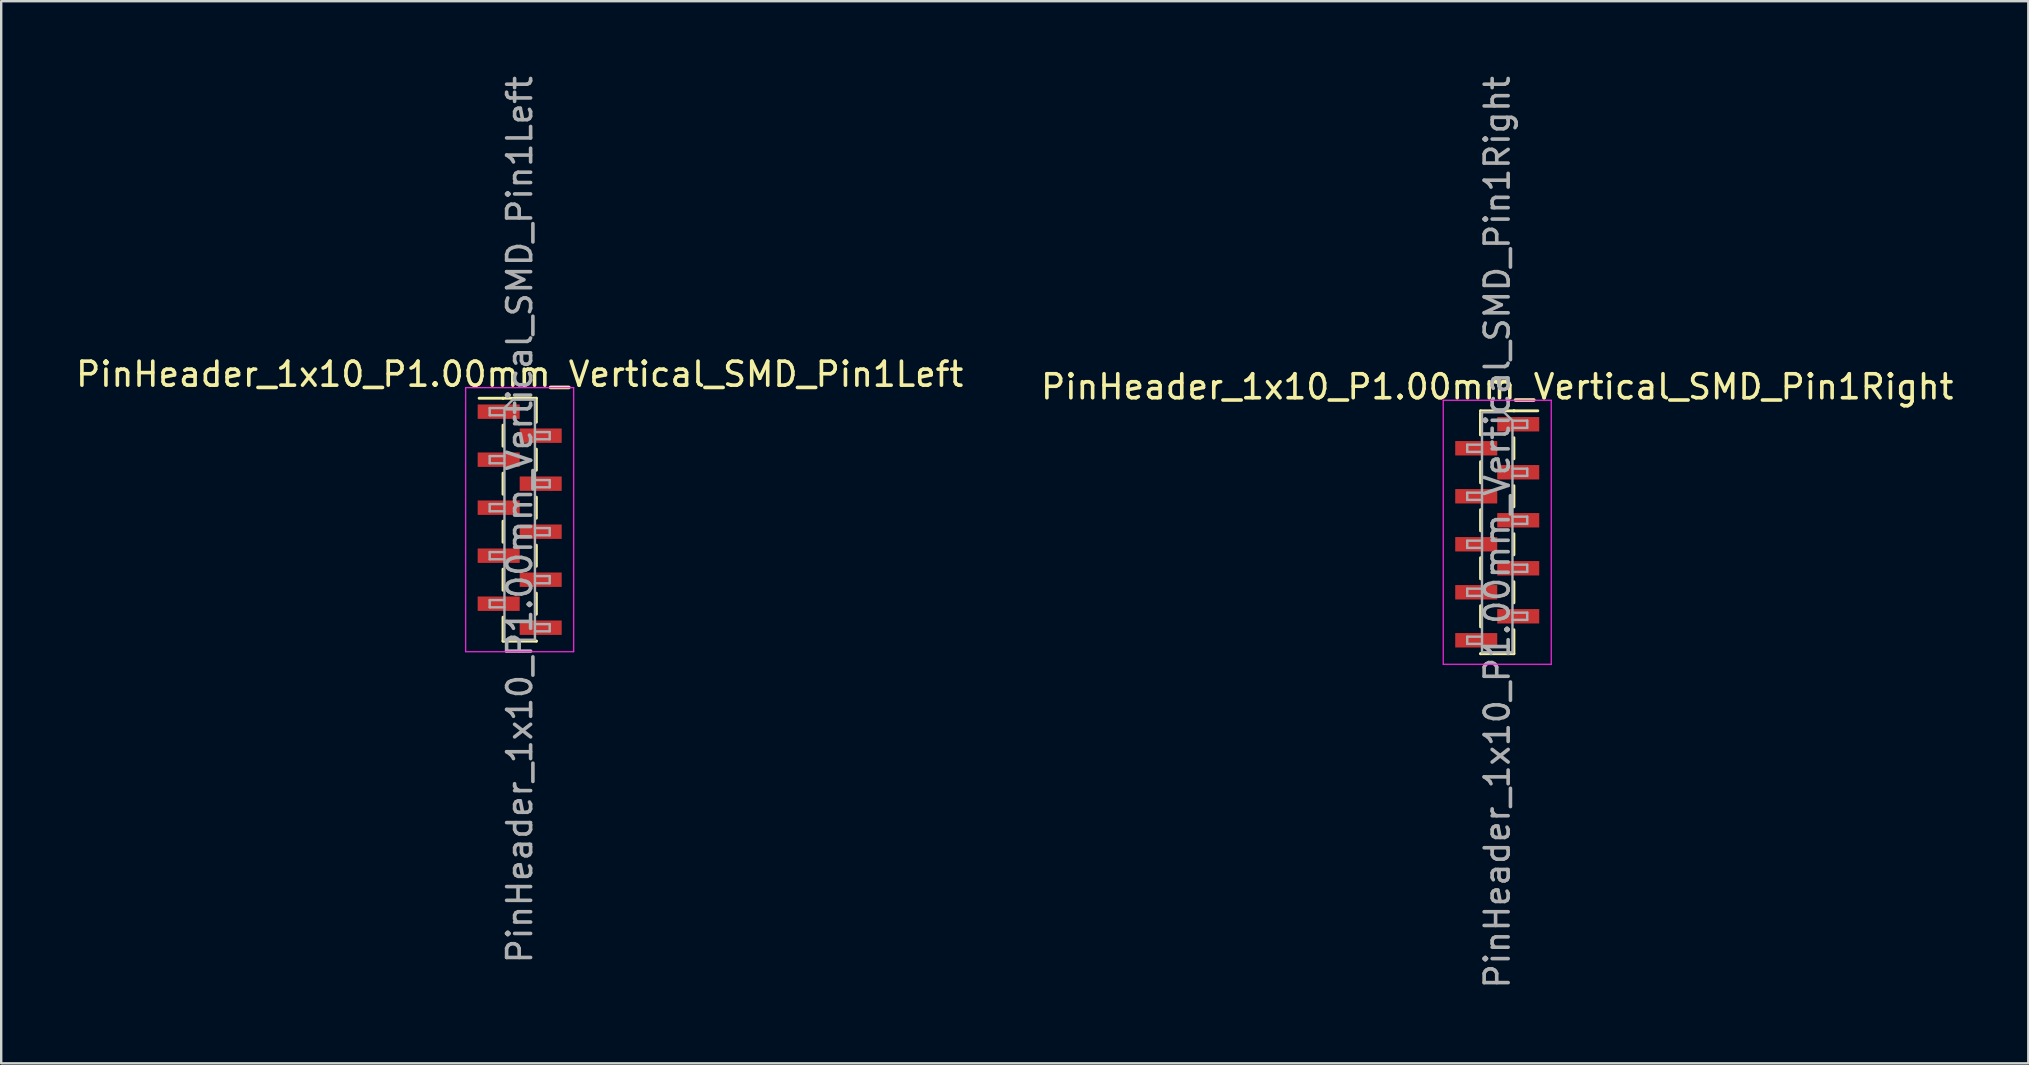
<source format=kicad_pcb>
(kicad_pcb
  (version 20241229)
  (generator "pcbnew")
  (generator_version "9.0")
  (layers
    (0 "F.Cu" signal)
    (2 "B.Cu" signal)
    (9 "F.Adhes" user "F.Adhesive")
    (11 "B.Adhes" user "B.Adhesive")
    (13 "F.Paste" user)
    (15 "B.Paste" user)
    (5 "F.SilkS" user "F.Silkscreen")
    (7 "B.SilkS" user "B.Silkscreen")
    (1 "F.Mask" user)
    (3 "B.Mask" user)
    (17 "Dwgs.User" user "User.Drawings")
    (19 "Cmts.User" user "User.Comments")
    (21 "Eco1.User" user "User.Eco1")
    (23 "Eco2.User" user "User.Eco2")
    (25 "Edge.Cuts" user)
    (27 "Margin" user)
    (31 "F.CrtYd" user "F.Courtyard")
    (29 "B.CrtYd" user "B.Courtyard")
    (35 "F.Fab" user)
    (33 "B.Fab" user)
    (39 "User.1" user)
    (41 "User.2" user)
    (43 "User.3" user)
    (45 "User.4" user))
  (footprint "PinHeader_1x10_P1.00mm_Vertical_SMD_Pin1Right"
    (layer "F.Cu")
    (at 59.327 19.125)
    (property "Reference" "PinHeader_1x10_P1.00mm_Vertical_SMD_Pin1Right" (at 0 -6.06 0) (layer "F.SilkS") (effects (font (size 1 1) (thickness 0.15))))
    (attr smd)
    (fp_line (start -0.695 -5.06) (end -0.695 -4.06) (stroke (width 0.12) (type solid)) (layer "F.SilkS"))
    (fp_line (start -0.695 -5.06) (end 0.695 -5.06) (stroke (width 0.12) (type solid)) (layer "F.SilkS"))
    (fp_line (start -0.695 -4.94) (end -0.695 -4.06) (stroke (width 0.12) (type solid)) (layer "F.SilkS"))
    (fp_line (start -0.695 -2.94) (end -0.695 -2.06) (stroke (width 0.12) (type solid)) (layer "F.SilkS"))
    (fp_line (start -0.695 -0.94) (end -0.695 -0.06) (stroke (width 0.12) (type solid)) (layer "F.SilkS"))
    (fp_line (start -0.695 1.06) (end -0.695 1.94) (stroke (width 0.12) (type solid)) (layer "F.SilkS"))
    (fp_line (start -0.695 3.06) (end -0.695 3.94) (stroke (width 0.12) (type solid)) (layer "F.SilkS"))
    (fp_line (start -0.695 5.06) (end -0.695 5.06) (stroke (width 0.12) (type solid)) (layer "F.SilkS"))
    (fp_line (start -0.695 5.06) (end 0.695 5.06) (stroke (width 0.12) (type solid)) (layer "F.SilkS"))
    (fp_line (start 0.695 -5.06) (end 0.695 -5.06) (stroke (width 0.12) (type solid)) (layer "F.SilkS"))
    (fp_line (start 0.695 -5.06) (end 1.69 -5.06) (stroke (width 0.12) (type solid)) (layer "F.SilkS"))
    (fp_line (start 0.695 -3.94) (end 0.695 -3.06) (stroke (width 0.12) (type solid)) (layer "F.SilkS"))
    (fp_line (start 0.695 -1.94) (end 0.695 -1.06) (stroke (width 0.12) (type solid)) (layer "F.SilkS"))
    (fp_line (start 0.695 0.06) (end 0.695 0.94) (stroke (width 0.12) (type solid)) (layer "F.SilkS"))
    (fp_line (start 0.695 2.06) (end 0.695 2.94) (stroke (width 0.12) (type solid)) (layer "F.SilkS"))
    (fp_line (start 0.695 4.06) (end 0.695 5.06) (stroke (width 0.12) (type solid)) (layer "F.SilkS"))
    (fp_line (start -2.25 -5.5) (end -2.25 5.5) (stroke (width 0.05) (type solid)) (layer "F.CrtYd"))
    (fp_line (start -2.25 5.5) (end 2.25 5.5) (stroke (width 0.05) (type solid)) (layer "F.CrtYd"))
    (fp_line (start 2.25 -5.5) (end -2.25 -5.5) (stroke (width 0.05) (type solid)) (layer "F.CrtYd"))
    (fp_line (start 2.25 5.5) (end 2.25 -5.5) (stroke (width 0.05) (type solid)) (layer "F.CrtYd"))
    (fp_line (start -1.25 -3.65) (end -1.25 -3.35) (stroke (width 0.1) (type solid)) (layer "F.Fab"))
    (fp_line (start -1.25 -3.35) (end -0.635 -3.35) (stroke (width 0.1) (type solid)) (layer "F.Fab"))
    (fp_line (start -1.25 -1.65) (end -1.25 -1.35) (stroke (width 0.1) (type solid)) (layer "F.Fab"))
    (fp_line (start -1.25 -1.35) (end -0.635 -1.35) (stroke (width 0.1) (type solid)) (layer "F.Fab"))
    (fp_line (start -1.25 0.35) (end -1.25 0.65) (stroke (width 0.1) (type solid)) (layer "F.Fab"))
    (fp_line (start -1.25 0.65) (end -0.635 0.65) (stroke (width 0.1) (type solid)) (layer "F.Fab"))
    (fp_line (start -1.25 2.35) (end -1.25 2.65) (stroke (width 0.1) (type solid)) (layer "F.Fab"))
    (fp_line (start -1.25 2.65) (end -0.635 2.65) (stroke (width 0.1) (type solid)) (layer "F.Fab"))
    (fp_line (start -1.25 4.35) (end -1.25 4.65) (stroke (width 0.1) (type solid)) (layer "F.Fab"))
    (fp_line (start -1.25 4.65) (end -0.635 4.65) (stroke (width 0.1) (type solid)) (layer "F.Fab"))
    (fp_line (start -0.635 -5) (end -0.635 5) (stroke (width 0.1) (type solid)) (layer "F.Fab"))
    (fp_line (start -0.635 -5) (end 0.285 -5) (stroke (width 0.1) (type solid)) (layer "F.Fab"))
    (fp_line (start -0.635 -3.65) (end -1.25 -3.65) (stroke (width 0.1) (type solid)) (layer "F.Fab"))
    (fp_line (start -0.635 -1.65) (end -1.25 -1.65) (stroke (width 0.1) (type solid)) (layer "F.Fab"))
    (fp_line (start -0.635 0.35) (end -1.25 0.35) (stroke (width 0.1) (type solid)) (layer "F.Fab"))
    (fp_line (start -0.635 2.35) (end -1.25 2.35) (stroke (width 0.1) (type solid)) (layer "F.Fab"))
    (fp_line (start -0.635 4.35) (end -1.25 4.35) (stroke (width 0.1) (type solid)) (layer "F.Fab"))
    (fp_line (start 0.635 -4.65) (end 0.285 -5) (stroke (width 0.1) (type solid)) (layer "F.Fab"))
    (fp_line (start 0.635 -4.65) (end 1.25 -4.65) (stroke (width 0.1) (type solid)) (layer "F.Fab"))
    (fp_line (start 0.635 -2.65) (end 1.25 -2.65) (stroke (width 0.1) (type solid)) (layer "F.Fab"))
    (fp_line (start 0.635 -0.65) (end 1.25 -0.65) (stroke (width 0.1) (type solid)) (layer "F.Fab"))
    (fp_line (start 0.635 1.35) (end 1.25 1.35) (stroke (width 0.1) (type solid)) (layer "F.Fab"))
    (fp_line (start 0.635 3.35) (end 1.25 3.35) (stroke (width 0.1) (type solid)) (layer "F.Fab"))
    (fp_line (start 0.635 5) (end -0.635 5) (stroke (width 0.1) (type solid)) (layer "F.Fab"))
    (fp_line (start 0.635 5) (end 0.635 -4.65) (stroke (width 0.1) (type solid)) (layer "F.Fab"))
    (fp_line (start 1.25 -4.65) (end 1.25 -4.35) (stroke (width 0.1) (type solid)) (layer "F.Fab"))
    (fp_line (start 1.25 -4.35) (end 0.635 -4.35) (stroke (width 0.1) (type solid)) (layer "F.Fab"))
    (fp_line (start 1.25 -2.65) (end 1.25 -2.35) (stroke (width 0.1) (type solid)) (layer "F.Fab"))
    (fp_line (start 1.25 -2.35) (end 0.635 -2.35) (stroke (width 0.1) (type solid)) (layer "F.Fab"))
    (fp_line (start 1.25 -0.65) (end 1.25 -0.35) (stroke (width 0.1) (type solid)) (layer "F.Fab"))
    (fp_line (start 1.25 -0.35) (end 0.635 -0.35) (stroke (width 0.1) (type solid)) (layer "F.Fab"))
    (fp_line (start 1.25 1.35) (end 1.25 1.65) (stroke (width 0.1) (type solid)) (layer "F.Fab"))
    (fp_line (start 1.25 1.65) (end 0.635 1.65) (stroke (width 0.1) (type solid)) (layer "F.Fab"))
    (fp_line (start 1.25 3.35) (end 1.25 3.65) (stroke (width 0.1) (type solid)) (layer "F.Fab"))
    (fp_line (start 1.25 3.65) (end 0.635 3.65) (stroke (width 0.1) (type solid)) (layer "F.Fab"))
    (fp_text user "${REFERENCE}" (at 0 0 90) (layer "F.Fab") (effects (font (size 1 1) (thickness 0.15))))
    (pad "1" smd rect (at 0.875 -4.5) (size 1.75 0.6) (layers "F.Cu" "F.Mask" "F.Paste"))
    (pad "2" smd rect (at -0.875 -3.5) (size 1.75 0.6) (layers "F.Cu" "F.Mask" "F.Paste"))
    (pad "3" smd rect (at 0.875 -2.5) (size 1.75 0.6) (layers "F.Cu" "F.Mask" "F.Paste"))
    (pad "4" smd rect (at -0.875 -1.5) (size 1.75 0.6) (layers "F.Cu" "F.Mask" "F.Paste"))
    (pad "5" smd rect (at 0.875 -0.5) (size 1.75 0.6) (layers "F.Cu" "F.Mask" "F.Paste"))
    (pad "6" smd rect (at -0.875 0.5) (size 1.75 0.6) (layers "F.Cu" "F.Mask" "F.Paste"))
    (pad "7" smd rect (at 0.875 1.5) (size 1.75 0.6) (layers "F.Cu" "F.Mask" "F.Paste"))
    (pad "8" smd rect (at -0.875 2.5) (size 1.75 0.6) (layers "F.Cu" "F.Mask" "F.Paste"))
    (pad "9" smd rect (at 0.875 3.5) (size 1.75 0.6) (layers "F.Cu" "F.Mask" "F.Paste"))
    (pad "10" smd rect (at -0.875 4.5) (size 1.75 0.6) (layers "F.Cu" "F.Mask" "F.Paste")))
  (footprint "PinHeader_1x10_P1.00mm_Vertical_SMD_Pin1Left"
    (layer "F.Cu")
    (at 18.601 18.601)
    (property "Reference" "PinHeader_1x10_P1.00mm_Vertical_SMD_Pin1Left" (at 0 -6.06 0) (layer "F.SilkS") (effects (font (size 1 1) (thickness 0.15))))
    (attr smd)
    (fp_line (start -0.695 -5.06) (end -1.69 -5.06) (stroke (width 0.12) (type solid)) (layer "F.SilkS"))
    (fp_line (start -0.695 -5.06) (end -0.695 -5.06) (stroke (width 0.12) (type solid)) (layer "F.SilkS"))
    (fp_line (start -0.695 -5.06) (end 0.695 -5.06) (stroke (width 0.12) (type solid)) (layer "F.SilkS"))
    (fp_line (start -0.695 -3.94) (end -0.695 -3.06) (stroke (width 0.12) (type solid)) (layer "F.SilkS"))
    (fp_line (start -0.695 -1.94) (end -0.695 -1.06) (stroke (width 0.12) (type solid)) (layer "F.SilkS"))
    (fp_line (start -0.695 0.06) (end -0.695 0.94) (stroke (width 0.12) (type solid)) (layer "F.SilkS"))
    (fp_line (start -0.695 2.06) (end -0.695 2.94) (stroke (width 0.12) (type solid)) (layer "F.SilkS"))
    (fp_line (start -0.695 4.06) (end -0.695 5.06) (stroke (width 0.12) (type solid)) (layer "F.SilkS"))
    (fp_line (start -0.695 5.06) (end 0.695 5.06) (stroke (width 0.12) (type solid)) (layer "F.SilkS"))
    (fp_line (start 0.695 -5.06) (end 0.695 -4.06) (stroke (width 0.12) (type solid)) (layer "F.SilkS"))
    (fp_line (start 0.695 -2.94) (end 0.695 -2.06) (stroke (width 0.12) (type solid)) (layer "F.SilkS"))
    (fp_line (start 0.695 -0.94) (end 0.695 -0.06) (stroke (width 0.12) (type solid)) (layer "F.SilkS"))
    (fp_line (start 0.695 1.06) (end 0.695 1.94) (stroke (width 0.12) (type solid)) (layer "F.SilkS"))
    (fp_line (start 0.695 3.06) (end 0.695 3.94) (stroke (width 0.12) (type solid)) (layer "F.SilkS"))
    (fp_line (start 0.695 5.06) (end 0.695 5.06) (stroke (width 0.12) (type solid)) (layer "F.SilkS"))
    (fp_line (start -2.25 -5.5) (end -2.25 5.5) (stroke (width 0.05) (type solid)) (layer "F.CrtYd"))
    (fp_line (start -2.25 5.5) (end 2.25 5.5) (stroke (width 0.05) (type solid)) (layer "F.CrtYd"))
    (fp_line (start 2.25 -5.5) (end -2.25 -5.5) (stroke (width 0.05) (type solid)) (layer "F.CrtYd"))
    (fp_line (start 2.25 5.5) (end 2.25 -5.5) (stroke (width 0.05) (type solid)) (layer "F.CrtYd"))
    (fp_line (start -1.25 -4.65) (end -1.25 -4.35) (stroke (width 0.1) (type solid)) (layer "F.Fab"))
    (fp_line (start -1.25 -4.35) (end -0.635 -4.35) (stroke (width 0.1) (type solid)) (layer "F.Fab"))
    (fp_line (start -1.25 -2.65) (end -1.25 -2.35) (stroke (width 0.1) (type solid)) (layer "F.Fab"))
    (fp_line (start -1.25 -2.35) (end -0.635 -2.35) (stroke (width 0.1) (type solid)) (layer "F.Fab"))
    (fp_line (start -1.25 -0.65) (end -1.25 -0.35) (stroke (width 0.1) (type solid)) (layer "F.Fab"))
    (fp_line (start -1.25 -0.35) (end -0.635 -0.35) (stroke (width 0.1) (type solid)) (layer "F.Fab"))
    (fp_line (start -1.25 1.35) (end -1.25 1.65) (stroke (width 0.1) (type solid)) (layer "F.Fab"))
    (fp_line (start -1.25 1.65) (end -0.635 1.65) (stroke (width 0.1) (type solid)) (layer "F.Fab"))
    (fp_line (start -1.25 3.35) (end -1.25 3.65) (stroke (width 0.1) (type solid)) (layer "F.Fab"))
    (fp_line (start -1.25 3.65) (end -0.635 3.65) (stroke (width 0.1) (type solid)) (layer "F.Fab"))
    (fp_line (start -0.635 -4.65) (end -1.25 -4.65) (stroke (width 0.1) (type solid)) (layer "F.Fab"))
    (fp_line (start -0.635 -4.65) (end -0.285 -5) (stroke (width 0.1) (type solid)) (layer "F.Fab"))
    (fp_line (start -0.635 -2.65) (end -1.25 -2.65) (stroke (width 0.1) (type solid)) (layer "F.Fab"))
    (fp_line (start -0.635 -0.65) (end -1.25 -0.65) (stroke (width 0.1) (type solid)) (layer "F.Fab"))
    (fp_line (start -0.635 1.35) (end -1.25 1.35) (stroke (width 0.1) (type solid)) (layer "F.Fab"))
    (fp_line (start -0.635 3.35) (end -1.25 3.35) (stroke (width 0.1) (type solid)) (layer "F.Fab"))
    (fp_line (start -0.635 5) (end -0.635 -4.65) (stroke (width 0.1) (type solid)) (layer "F.Fab"))
    (fp_line (start -0.285 -5) (end 0.635 -5) (stroke (width 0.1) (type solid)) (layer "F.Fab"))
    (fp_line (start 0.635 -5) (end 0.635 5) (stroke (width 0.1) (type solid)) (layer "F.Fab"))
    (fp_line (start 0.635 -3.65) (end 1.25 -3.65) (stroke (width 0.1) (type solid)) (layer "F.Fab"))
    (fp_line (start 0.635 -1.65) (end 1.25 -1.65) (stroke (width 0.1) (type solid)) (layer "F.Fab"))
    (fp_line (start 0.635 0.35) (end 1.25 0.35) (stroke (width 0.1) (type solid)) (layer "F.Fab"))
    (fp_line (start 0.635 2.35) (end 1.25 2.35) (stroke (width 0.1) (type solid)) (layer "F.Fab"))
    (fp_line (start 0.635 4.35) (end 1.25 4.35) (stroke (width 0.1) (type solid)) (layer "F.Fab"))
    (fp_line (start 0.635 5) (end -0.635 5) (stroke (width 0.1) (type solid)) (layer "F.Fab"))
    (fp_line (start 1.25 -3.65) (end 1.25 -3.35) (stroke (width 0.1) (type solid)) (layer "F.Fab"))
    (fp_line (start 1.25 -3.35) (end 0.635 -3.35) (stroke (width 0.1) (type solid)) (layer "F.Fab"))
    (fp_line (start 1.25 -1.65) (end 1.25 -1.35) (stroke (width 0.1) (type solid)) (layer "F.Fab"))
    (fp_line (start 1.25 -1.35) (end 0.635 -1.35) (stroke (width 0.1) (type solid)) (layer "F.Fab"))
    (fp_line (start 1.25 0.35) (end 1.25 0.65) (stroke (width 0.1) (type solid)) (layer "F.Fab"))
    (fp_line (start 1.25 0.65) (end 0.635 0.65) (stroke (width 0.1) (type solid)) (layer "F.Fab"))
    (fp_line (start 1.25 2.35) (end 1.25 2.65) (stroke (width 0.1) (type solid)) (layer "F.Fab"))
    (fp_line (start 1.25 2.65) (end 0.635 2.65) (stroke (width 0.1) (type solid)) (layer "F.Fab"))
    (fp_line (start 1.25 4.35) (end 1.25 4.65) (stroke (width 0.1) (type solid)) (layer "F.Fab"))
    (fp_line (start 1.25 4.65) (end 0.635 4.65) (stroke (width 0.1) (type solid)) (layer "F.Fab"))
    (fp_text user "${REFERENCE}" (at 0 0 90) (layer "F.Fab") (effects (font (size 1 1) (thickness 0.15))))
    (pad "1" smd rect (at -0.875 -4.5) (size 1.75 0.6) (layers "F.Cu" "F.Mask" "F.Paste"))
    (pad "2" smd rect (at 0.875 -3.5) (size 1.75 0.6) (layers "F.Cu" "F.Mask" "F.Paste"))
    (pad "3" smd rect (at -0.875 -2.5) (size 1.75 0.6) (layers "F.Cu" "F.Mask" "F.Paste"))
    (pad "4" smd rect (at 0.875 -1.5) (size 1.75 0.6) (layers "F.Cu" "F.Mask" "F.Paste"))
    (pad "5" smd rect (at -0.875 -0.5) (size 1.75 0.6) (layers "F.Cu" "F.Mask" "F.Paste"))
    (pad "6" smd rect (at 0.875 0.5) (size 1.75 0.6) (layers "F.Cu" "F.Mask" "F.Paste"))
    (pad "7" smd rect (at -0.875 1.5) (size 1.75 0.6) (layers "F.Cu" "F.Mask" "F.Paste"))
    (pad "8" smd rect (at 0.875 2.5) (size 1.75 0.6) (layers "F.Cu" "F.Mask" "F.Paste"))
    (pad "9" smd rect (at -0.875 3.5) (size 1.75 0.6) (layers "F.Cu" "F.Mask" "F.Paste"))
    (pad "10" smd rect (at 0.875 4.5) (size 1.75 0.6) (layers "F.Cu" "F.Mask" "F.Paste")))
  (gr_rect
    (start -3 -3)
    (end 81.452 41.25)
    (stroke (width 0.1) (type default))
    (fill no)
    (layer "Edge.Cuts")))
</source>
